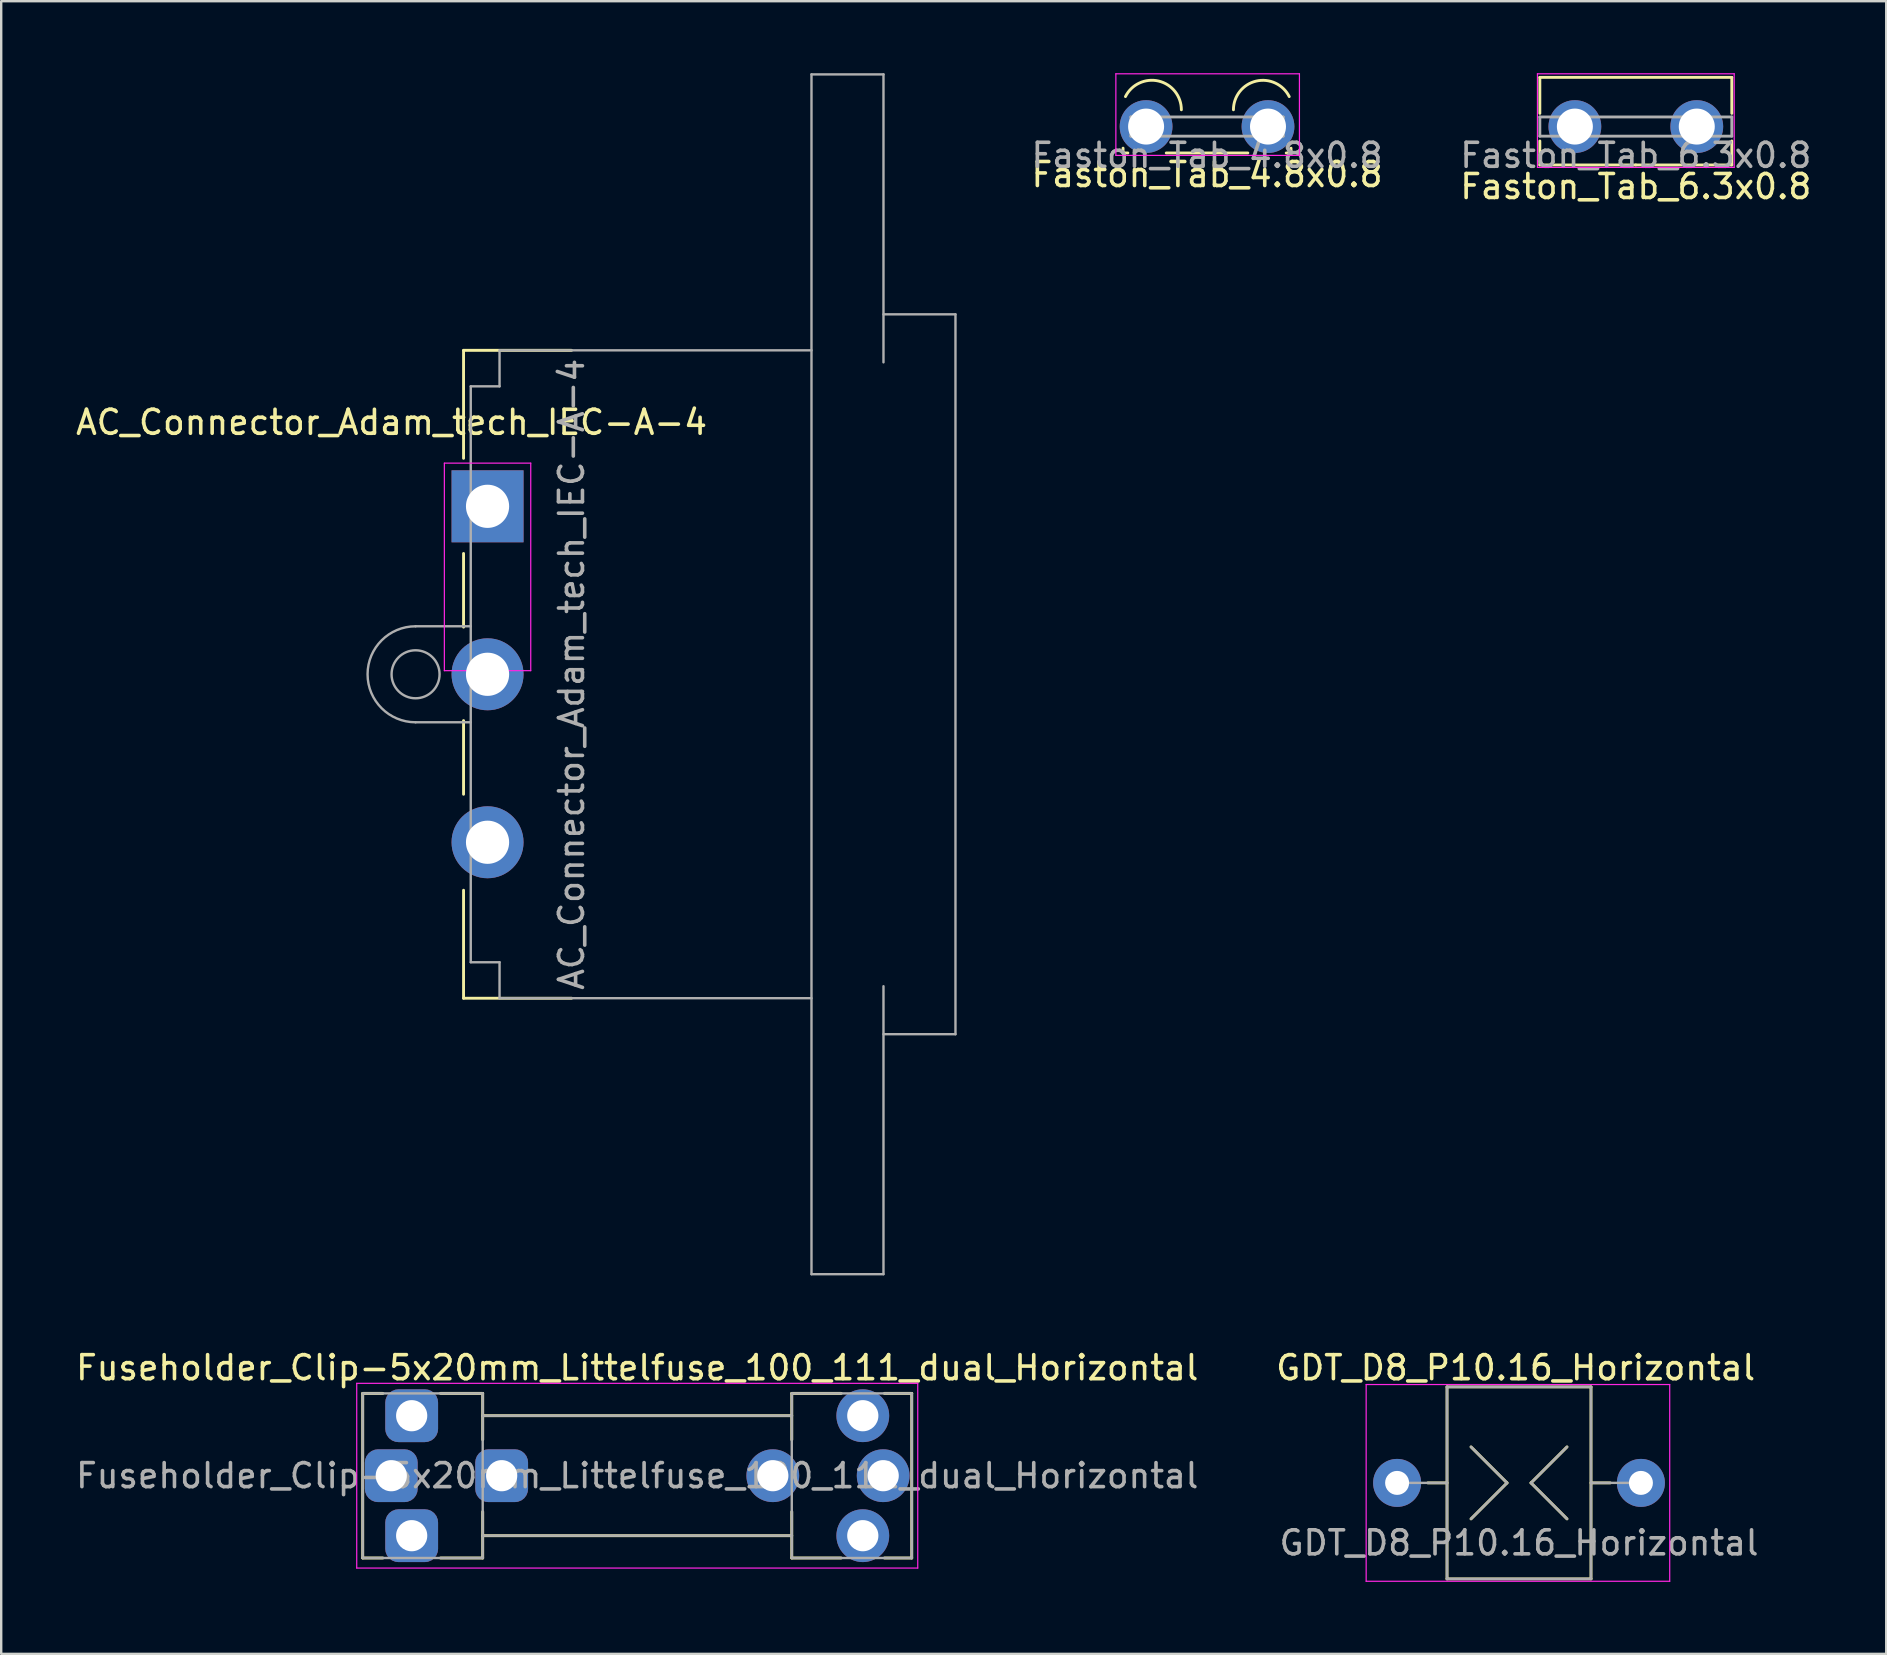
<source format=kicad_pcb>
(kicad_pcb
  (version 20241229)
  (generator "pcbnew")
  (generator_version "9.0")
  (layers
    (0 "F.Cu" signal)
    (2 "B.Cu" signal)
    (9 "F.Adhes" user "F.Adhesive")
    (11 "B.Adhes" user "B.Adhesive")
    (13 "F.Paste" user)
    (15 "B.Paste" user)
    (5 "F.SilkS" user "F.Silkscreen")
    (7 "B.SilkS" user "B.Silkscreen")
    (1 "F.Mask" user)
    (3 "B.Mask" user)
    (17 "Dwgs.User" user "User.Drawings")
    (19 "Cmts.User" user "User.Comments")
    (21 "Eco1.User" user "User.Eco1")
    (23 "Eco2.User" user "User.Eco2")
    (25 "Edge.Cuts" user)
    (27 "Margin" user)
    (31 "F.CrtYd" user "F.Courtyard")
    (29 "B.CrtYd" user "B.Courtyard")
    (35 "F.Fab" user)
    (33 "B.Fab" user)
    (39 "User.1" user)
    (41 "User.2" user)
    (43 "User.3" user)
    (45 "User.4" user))
  (footprint "Faston_Tab_6.3x0.8"
    (layer "F.Cu")
    (at 65.121 2.225)
    (property "Reference" "Faston_Tab_6.3x0.8" (at 0 2.5 0) (layer "F.SilkS") (effects (font (size 1 1) (thickness 0.15))))
    (attr through_hole)
    (fp_line (start -4 -2.05) (end -4 -0.55) (stroke (width 0.12) (type default)) (layer "F.SilkS"))
    (fp_line (start -4 1.6) (end -4 0.6) (stroke (width 0.12) (type solid)) (layer "F.SilkS"))
    (fp_line (start -4 1.6) (end 0 1.6) (stroke (width 0.12) (type solid)) (layer "F.SilkS"))
    (fp_line (start 4 -2.05) (end -4 -2.05) (stroke (width 0.12) (type default)) (layer "F.SilkS"))
    (fp_line (start 4 -0.55) (end 4 -2.05) (stroke (width 0.12) (type default)) (layer "F.SilkS"))
    (fp_line (start 4 1.6) (end 0 1.6) (stroke (width 0.12) (type solid)) (layer "F.SilkS"))
    (fp_line (start 4 1.6) (end 4 0.6) (stroke (width 0.12) (type solid)) (layer "F.SilkS"))
    (fp_line (start -4.1 -2.2) (end -4.1 1.7) (stroke (width 0.05) (type solid)) (layer "F.CrtYd"))
    (fp_line (start -4.1 -2.2) (end 4.1 -2.2) (stroke (width 0.05) (type solid)) (layer "F.CrtYd"))
    (fp_line (start 4.1 1.7) (end -4.1 1.7) (stroke (width 0.05) (type solid)) (layer "F.CrtYd"))
    (fp_line (start 4.1 1.7) (end 4.1 -2.2) (stroke (width 0.05) (type solid)) (layer "F.CrtYd"))
    (fp_line (start -4 -0.4) (end 4 -0.4) (stroke (width 0.12) (type solid)) (layer "F.Fab"))
    (fp_line (start -4 0.4) (end -4 -0.4) (stroke (width 0.12) (type solid)) (layer "F.Fab"))
    (fp_line (start 4 -0.4) (end 4 0.4) (stroke (width 0.12) (type solid)) (layer "F.Fab"))
    (fp_line (start 4 0.4) (end -4 0.4) (stroke (width 0.12) (type solid)) (layer "F.Fab"))
    (fp_text user "${REFERENCE}" (at 0 1.2 0) (layer "F.Fab") (effects (font (size 1 1) (thickness 0.15))))
    (pad "1" thru_hole circle (at -2.54 0) (size 2.2 2.2) (drill 1.5) (layers "*.Cu" "*.Mask"))
    (pad "1" thru_hole circle (at 2.54 0) (size 2.2 2.2) (drill 1.5) (layers "*.Cu" "*.Mask")))
  (footprint "Faston_Tab_4.8x0.8"
    (layer "F.Cu")
    (at 47.252 2.225)
    (property "Reference" "Faston_Tab_4.8x0.8" (at 0 2 0) (layer "F.SilkS") (effects (font (size 1 1) (thickness 0.15))))
    (attr through_hole)
    (fp_line (start -3.5 1.1) (end -3.5 0.9) (stroke (width 0.12) (type solid)) (layer "F.SilkS"))
    (fp_line (start -3.5 1.1) (end -3.3 1.1) (stroke (width 0.12) (type solid)) (layer "F.SilkS"))
    (fp_line (start -1.7 1.1) (end 1.7 1.1) (stroke (width 0.12) (type solid)) (layer "F.SilkS"))
    (fp_line (start 3.5 1.1) (end 3.3 1.1) (stroke (width 0.12) (type solid)) (layer "F.SilkS"))
    (fp_line (start 3.5 1.1) (end 3.5 0.9) (stroke (width 0.12) (type solid)) (layer "F.SilkS"))
    (fp_arc (start -3.4 -1.25) (mid -2.017441 -1.896938) (end -1.070163 -0.7) (stroke (width 0.12) (type default)) (layer "F.SilkS"))
    (fp_arc (start 1.1 -0.7) (mid 2.045041 -1.894663) (end 3.425162 -1.25) (stroke (width 0.12) (type default)) (layer "F.SilkS"))
    (fp_line (start -3.8 -2.2) (end -3.8 1.2) (stroke (width 0.05) (type solid)) (layer "F.CrtYd"))
    (fp_line (start -3.8 -2.2) (end 3.85 -2.2) (stroke (width 0.05) (type solid)) (layer "F.CrtYd"))
    (fp_line (start 3.85 1.2) (end -3.8 1.2) (stroke (width 0.05) (type solid)) (layer "F.CrtYd"))
    (fp_line (start 3.85 1.2) (end 3.85 -2.2) (stroke (width 0.05) (type solid)) (layer "F.CrtYd"))
    (fp_line (start -3.175 -0.4) (end 3.175 -0.4) (stroke (width 0.12) (type solid)) (layer "F.Fab"))
    (fp_line (start -3.175 0.4) (end -3.175 -0.4) (stroke (width 0.12) (type solid)) (layer "F.Fab"))
    (fp_line (start 3.175 -0.4) (end 3.175 0.4) (stroke (width 0.12) (type solid)) (layer "F.Fab"))
    (fp_line (start 3.175 0.4) (end -3.175 0.4) (stroke (width 0.12) (type solid)) (layer "F.Fab"))
    (fp_text user "${REFERENCE}" (at 0 1.2 0) (layer "F.Fab") (effects (font (size 1 1) (thickness 0.15))))
    (pad "1" thru_hole circle (at -2.54 0) (size 2.2 2.2) (drill 1.5) (layers "*.Cu" "*.Mask"))
    (pad "1" thru_hole circle (at 2.54 0) (size 2.2 2.2) (drill 1.5) (layers "*.Cu" "*.Mask")))
  (footprint "GDT_D8_P10.16_Horizontal"
    (layer "F.Cu")
    (at 60.253 58.748)
    (property "Reference" "GDT_D8_P10.16_Horizontal" (at -0.14 -4.8 0) (layer "F.SilkS") (effects (font (size 1 1) (thickness 0.15))))
    (attr through_hole)
    (fp_line (start -3.8 0) (end -3 0) (stroke (width 0.12) (type solid)) (layer "F.SilkS"))
    (fp_line (start -3 -4) (end -3 4) (stroke (width 0.12) (type solid)) (layer "F.SilkS"))
    (fp_line (start -3 4) (end 3 4) (stroke (width 0.12) (type solid)) (layer "F.SilkS"))
    (fp_line (start -2 -1.5) (end -0.5 0) (stroke (width 0.12) (type default)) (layer "F.SilkS"))
    (fp_line (start -0.5 0) (end -2 1.5) (stroke (width 0.12) (type default)) (layer "F.SilkS"))
    (fp_line (start 0.5 0) (end 2 -1.5) (stroke (width 0.12) (type default)) (layer "F.SilkS"))
    (fp_line (start 0.5 0) (end 2 1.5) (stroke (width 0.12) (type default)) (layer "F.SilkS"))
    (fp_line (start 3 -4) (end -3 -4) (stroke (width 0.12) (type solid)) (layer "F.SilkS"))
    (fp_line (start 3 4) (end 3 -4) (stroke (width 0.12) (type solid)) (layer "F.SilkS"))
    (fp_line (start 3.8 0) (end 3 0) (stroke (width 0.12) (type solid)) (layer "F.SilkS"))
    (fp_line (start -6.37 -4.1) (end -6.37 4.1) (stroke (width 0.05) (type solid)) (layer "F.CrtYd"))
    (fp_line (start -6.37 4.1) (end 6.28 4.1) (stroke (width 0.05) (type solid)) (layer "F.CrtYd"))
    (fp_line (start 6.28 -4.1) (end -6.37 -4.1) (stroke (width 0.05) (type solid)) (layer "F.CrtYd"))
    (fp_line (start 6.28 4.1) (end 6.28 -4.1) (stroke (width 0.05) (type solid)) (layer "F.CrtYd"))
    (fp_line (start -5.08 0) (end -3 0) (stroke (width 0.1) (type solid)) (layer "F.Fab"))
    (fp_line (start -3 -4) (end -3 4) (stroke (width 0.1) (type solid)) (layer "F.Fab"))
    (fp_line (start -3 4) (end 3 4) (stroke (width 0.1) (type solid)) (layer "F.Fab"))
    (fp_line (start -0.5 0) (end -2 -1.5) (stroke (width 0.1) (type default)) (layer "F.Fab"))
    (fp_line (start -0.5 0) (end -2 1.5) (stroke (width 0.1) (type default)) (layer "F.Fab"))
    (fp_line (start 0.5 0) (end 2 -1.5) (stroke (width 0.1) (type default)) (layer "F.Fab"))
    (fp_line (start 0.5 0) (end 2 1.5) (stroke (width 0.1) (type default)) (layer "F.Fab"))
    (fp_line (start 3 -4) (end -3 -4) (stroke (width 0.1) (type solid)) (layer "F.Fab"))
    (fp_line (start 3 4) (end 3 -4) (stroke (width 0.1) (type solid)) (layer "F.Fab"))
    (fp_line (start 5.08 0) (end 3 0) (stroke (width 0.1) (type solid)) (layer "F.Fab"))
    (fp_text user "${REFERENCE}" (at 0 2.5 0) (layer "F.Fab") (effects (font (size 1 1) (thickness 0.15))))
    (pad "1" thru_hole circle (at -5.08 0) (size 2 2) (drill 1) (layers "*.Cu" "*.Mask"))
    (pad "3" thru_hole circle (at 5.08 0) (size 2 2) (drill 1) (layers "*.Cu" "*.Mask")))
  (footprint "Fuseholder_Clip-5x20mm_Littelfuse_100_111_dual_Horizontal"
    (layer "F.Cu")
    (at 23.506 58.448)
    (property "Reference" "Fuseholder_Clip-5x20mm_Littelfuse_100_111_dual_Horizontal" (at 0 -4.5 0) (layer "F.SilkS") (effects (font (size 1 1) (thickness 0.15))))
    (attr through_hole)
    (fp_line (start -11.44 3.43) (end -11.44 -3.43) (stroke (width 0.12) (type solid)) (layer "F.SilkS"))
    (fp_line (start -10.6 -3.43) (end -11.44 -3.43) (stroke (width 0.12) (type solid)) (layer "F.SilkS"))
    (fp_line (start -10.6 3.43) (end -11.44 3.43) (stroke (width 0.12) (type solid)) (layer "F.SilkS"))
    (fp_line (start -6.44 -3.43) (end -8.2 -3.43) (stroke (width 0.12) (type solid)) (layer "F.SilkS"))
    (fp_line (start -6.44 -3.43) (end -6.44 -1.5) (stroke (width 0.12) (type solid)) (layer "F.SilkS"))
    (fp_line (start -6.44 3.43) (end -8.2 3.43) (stroke (width 0.12) (type solid)) (layer "F.SilkS"))
    (fp_line (start -6.44 3.43) (end -6.44 1.5) (stroke (width 0.12) (type solid)) (layer "F.SilkS"))
    (fp_line (start 6.44 -3.43) (end 6.44 -1.5) (stroke (width 0.12) (type solid)) (layer "F.SilkS"))
    (fp_line (start 6.44 -2.5) (end -6.44 -2.5) (stroke (width 0.12) (type solid)) (layer "F.SilkS"))
    (fp_line (start 6.44 2.5) (end -6.44 2.5) (stroke (width 0.12) (type solid)) (layer "F.SilkS"))
    (fp_line (start 6.44 3.43) (end 6.44 1.5) (stroke (width 0.12) (type solid)) (layer "F.SilkS"))
    (fp_line (start 8.5 -3.43) (end 6.44 -3.43) (stroke (width 0.12) (type solid)) (layer "F.SilkS"))
    (fp_line (start 8.5 3.43) (end 6.44 3.43) (stroke (width 0.12) (type solid)) (layer "F.SilkS"))
    (fp_line (start 10.3 -3.43) (end 11.44 -3.43) (stroke (width 0.12) (type solid)) (layer "F.SilkS"))
    (fp_line (start 10.3 3.43) (end 11.44 3.43) (stroke (width 0.12) (type solid)) (layer "F.SilkS"))
    (fp_line (start 11.44 -3.43) (end 11.44 3.43) (stroke (width 0.12) (type solid)) (layer "F.SilkS"))
    (fp_line (start -11.69 -3.85) (end -11.69 3.85) (stroke (width 0.05) (type solid)) (layer "F.CrtYd"))
    (fp_line (start -11.69 -3.85) (end 11.69 -3.85) (stroke (width 0.05) (type solid)) (layer "F.CrtYd"))
    (fp_line (start 11.69 3.85) (end -11.69 3.85) (stroke (width 0.05) (type solid)) (layer "F.CrtYd"))
    (fp_line (start 11.69 3.85) (end 11.69 -3.85) (stroke (width 0.05) (type solid)) (layer "F.CrtYd"))
    (fp_line (start -11.44 -3.43) (end -6.44 -3.43) (stroke (width 0.1) (type solid)) (layer "F.Fab"))
    (fp_line (start -11.44 3.43) (end -11.44 -3.43) (stroke (width 0.1) (type solid)) (layer "F.Fab"))
    (fp_line (start -6.44 -3.43) (end -6.44 3.43) (stroke (width 0.1) (type solid)) (layer "F.Fab"))
    (fp_line (start -6.44 -2.5) (end 6.44 -2.5) (stroke (width 0.1) (type solid)) (layer "F.Fab"))
    (fp_line (start -6.44 3.43) (end -11.44 3.43) (stroke (width 0.1) (type solid)) (layer "F.Fab"))
    (fp_line (start 6.44 -3.43) (end 6.44 3.43) (stroke (width 0.1) (type solid)) (layer "F.Fab"))
    (fp_line (start 6.44 2.5) (end -6.44 2.5) (stroke (width 0.1) (type solid)) (layer "F.Fab"))
    (fp_line (start 6.44 3.43) (end 11.44 3.43) (stroke (width 0.1) (type solid)) (layer "F.Fab"))
    (fp_line (start 11.44 -3.43) (end 6.44 -3.43) (stroke (width 0.1) (type solid)) (layer "F.Fab"))
    (fp_line (start 11.44 3.43) (end 11.44 -3.43) (stroke (width 0.1) (type solid)) (layer "F.Fab"))
    (fp_text user "${REFERENCE}" (at 0 0 0) (layer "F.Fab") (effects (font (size 1 1) (thickness 0.15))))
    (pad "1" thru_hole roundrect (at -10.25 0) (size 2.2 2.2) (drill 1.3) (layers "*.Cu" "*.Mask") (roundrect_rratio 0.25))
    (pad "1" thru_hole roundrect (at -9.4 -2.5) (size 2.2 2.2) (drill 1.3) (layers "*.Cu" "*.Mask") (roundrect_rratio 0.25))
    (pad "1" thru_hole roundrect (at -9.4 2.5) (size 2.2 2.2) (drill 1.3) (layers "*.Cu" "*.Mask") (roundrect_rratio 0.25))
    (pad "1" thru_hole roundrect (at -5.65 0) (size 2.2 2.2) (drill 1.3) (layers "*.Cu" "*.Mask") (roundrect_rratio 0.25))
    (pad "2" thru_hole circle (at 5.65 0) (size 2.2 2.2) (drill 1.3) (layers "*.Cu" "*.Mask"))
    (pad "2" thru_hole circle (at 9.4 -2.5) (size 2.2 2.2) (drill 1.3) (layers "*.Cu" "*.Mask"))
    (pad "2" thru_hole circle (at 9.4 2.5) (size 2.2 2.2) (drill 1.3) (layers "*.Cu" "*.Mask"))
    (pad "2" thru_hole circle (at 10.25 0) (size 2.2 2.2) (drill 1.3) (layers "*.Cu" "*.Mask")))
  (footprint "AC_Connector_Adam_tech_IEC-A-4"
    (layer "F.Cu")
    (at 17.268 18.05)
    (property "Reference" "AC_Connector_Adam_tech_IEC-A-4" (at -4 -3.5 0) (layer "F.SilkS") (effects (font (size 1 1) (thickness 0.15))))
    (attr through_hole)
    (fp_line (start -1 -6.5) (end 3.5 -6.5) (stroke (width 0.12) (type default)) (layer "F.SilkS"))
    (fp_line (start -1 -2) (end -1 -6.5) (stroke (width 0.12) (type default)) (layer "F.SilkS"))
    (fp_line (start -1 1.965) (end -1 5.035) (stroke (width 0.12) (type solid)) (layer "F.SilkS"))
    (fp_line (start -1 8.93) (end -1 12) (stroke (width 0.12) (type solid)) (layer "F.SilkS"))
    (fp_line (start -1 16) (end -1 20.5) (stroke (width 0.12) (type default)) (layer "F.SilkS"))
    (fp_line (start -1 20.5) (end 3.5 20.5) (stroke (width 0.12) (type default)) (layer "F.SilkS"))
    (fp_line (start -1.8 -1.8) (end -1.8 6.85) (stroke (width 0.05) (type solid)) (layer "F.CrtYd"))
    (fp_line (start -1.8 6.85) (end 1.8 6.85) (stroke (width 0.05) (type solid)) (layer "F.CrtYd"))
    (fp_line (start 1.8 -1.8) (end -1.8 -1.8) (stroke (width 0.05) (type solid)) (layer "F.CrtYd"))
    (fp_line (start 1.8 6.85) (end 1.8 -1.8) (stroke (width 0.05) (type solid)) (layer "F.CrtYd"))
    (fp_line (start -3 5) (end -0.7 5) (stroke (width 0.1) (type default)) (layer "F.Fab"))
    (fp_line (start -3 9) (end -0.7 9) (stroke (width 0.1) (type default)) (layer "F.Fab"))
    (fp_line (start -0.7 -5) (end -0.7 19) (stroke (width 0.1) (type default)) (layer "F.Fab"))
    (fp_line (start -0.7 19) (end 0.5 19) (stroke (width 0.1) (type default)) (layer "F.Fab"))
    (fp_line (start 0.5 -6.5) (end 0.5 -5) (stroke (width 0.1) (type default)) (layer "F.Fab"))
    (fp_line (start 0.5 -5) (end -0.7 -5) (stroke (width 0.1) (type default)) (layer "F.Fab"))
    (fp_line (start 0.5 19) (end 0.5 20.5) (stroke (width 0.1) (type default)) (layer "F.Fab"))
    (fp_line (start 13.5 -18) (end 16.5 -18) (stroke (width 0.1) (type default)) (layer "F.Fab"))
    (fp_line (start 13.5 -6.5) (end 0.5 -6.5) (stroke (width 0.1) (type default)) (layer "F.Fab"))
    (fp_line (start 13.5 20.5) (end 0.5 20.5) (stroke (width 0.1) (type default)) (layer "F.Fab"))
    (fp_line (start 13.5 32) (end 13.5 -18) (stroke (width 0.1) (type default)) (layer "F.Fab"))
    (fp_line (start 13.5 32) (end 16.5 32) (stroke (width 0.1) (type default)) (layer "F.Fab"))
    (fp_line (start 16.5 -6) (end 16.5 -18) (stroke (width 0.1) (type default)) (layer "F.Fab"))
    (fp_line (start 16.5 20) (end 16.5 32) (stroke (width 0.1) (type default)) (layer "F.Fab"))
    (fp_line (start 16.5 22) (end 19.5 22) (stroke (width 0.1) (type default)) (layer "F.Fab"))
    (fp_line (start 19.5 -8) (end 16.5 -8) (stroke (width 0.1) (type default)) (layer "F.Fab"))
    (fp_line (start 19.5 -8) (end 19.5 22) (stroke (width 0.1) (type default)) (layer "F.Fab"))
    (fp_arc (start -3 9) (mid -5 7) (end -3 5) (stroke (width 0.1) (type default)) (layer "F.Fab"))
    (fp_circle (center -3 7) (end -3 8) (stroke (width 0.1) (type default)) (fill no) (layer "F.Fab"))
    (fp_text user "${REFERENCE}" (at 3.5 7 90) (layer "F.Fab") (effects (font (size 1 1) (thickness 0.15))))
    (pad "1" thru_hole rect (at 0 0) (size 3 3) (drill 1.8) (layers "*.Cu" "*.Mask"))
    (pad "2" thru_hole oval (at 0 7) (size 3 3) (drill 1.8) (layers "*.Cu" "*.Mask"))
    (pad "3" thru_hole oval (at 0 14) (size 3 3) (drill 1.8) (layers "*.Cu" "*.Mask")))
  (gr_rect
    (start -3 -3)
    (end 75.556 65.873)
    (stroke (width 0.1) (type default))
    (fill no)
    (layer "Edge.Cuts")))
</source>
